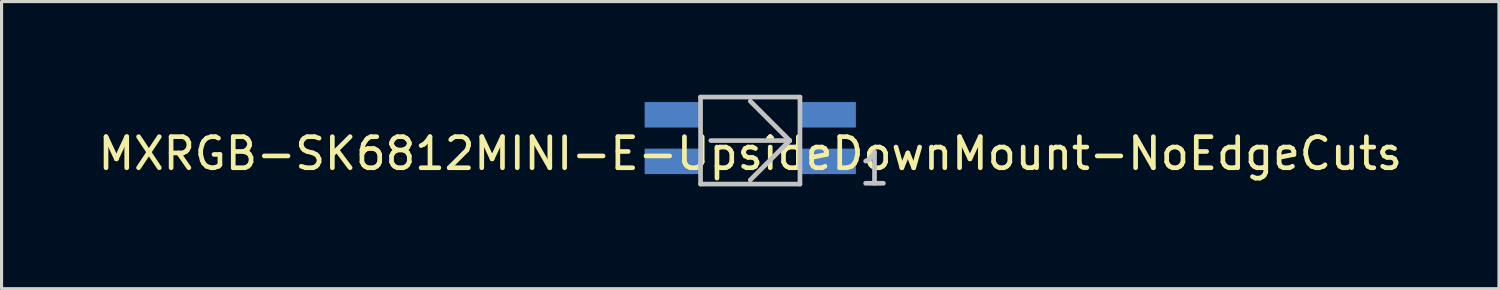
<source format=kicad_pcb>
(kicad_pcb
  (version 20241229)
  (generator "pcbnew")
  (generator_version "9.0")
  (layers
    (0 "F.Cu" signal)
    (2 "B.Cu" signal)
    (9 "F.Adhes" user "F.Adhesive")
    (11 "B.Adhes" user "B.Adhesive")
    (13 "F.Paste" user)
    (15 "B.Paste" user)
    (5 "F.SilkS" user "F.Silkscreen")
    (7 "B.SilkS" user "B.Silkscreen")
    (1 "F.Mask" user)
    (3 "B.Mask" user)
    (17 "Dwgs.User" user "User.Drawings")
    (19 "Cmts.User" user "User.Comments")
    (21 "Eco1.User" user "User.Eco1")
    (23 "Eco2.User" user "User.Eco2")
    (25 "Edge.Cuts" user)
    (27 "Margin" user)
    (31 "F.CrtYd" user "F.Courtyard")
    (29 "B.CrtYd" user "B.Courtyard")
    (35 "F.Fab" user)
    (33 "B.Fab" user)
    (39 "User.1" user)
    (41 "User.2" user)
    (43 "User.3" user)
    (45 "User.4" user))
  (footprint "MXRGB-SK6812MINI-E-UpsideDownMount-NoEdgeCuts"
    (layer "F.Cu")
    (at 21.101 1.395)
    (property "Reference" "MXRGB-SK6812MINI-E-UpsideDownMount-NoEdgeCuts" (at 0 0.5 0) (layer "F.SilkS") (effects (font (size 1 1) (thickness 0.15))))
    (attr through_hole)
    (fp_line (start -1.6 -1.32) (end -1.6 1.48) (stroke (width 0.15) (type solid)) (layer "Dwgs.User"))
    (fp_line (start -1.6 -1.32) (end 1.6 -1.32) (stroke (width 0.15) (type solid)) (layer "Dwgs.User"))
    (fp_line (start -1.27 0.08) (end 1.27 0.08) (stroke (width 0.15) (type solid)) (layer "Dwgs.User"))
    (fp_line (start 1.27 0.08) (end 0 -1.19) (stroke (width 0.15) (type solid)) (layer "Dwgs.User"))
    (fp_line (start 1.27 0.08) (end 0 1.35) (stroke (width 0.15) (type solid)) (layer "Dwgs.User"))
    (fp_line (start 1.6 -1.32) (end 1.6 1.48) (stroke (width 0.15) (type solid)) (layer "Dwgs.User"))
    (fp_line (start 1.6 1.48) (end -1.6 1.48) (stroke (width 0.15) (type solid)) (layer "Dwgs.User"))
    (fp_text user "1" (at 4 1 0) (layer "Dwgs.User") (effects (font (size 1 1) (thickness 0.15))))
    (pad "3" smd rect (at 2.5 0.75) (size 1.8 0.82) (layers "B.Cu" "B.Mask" "B.Paste"))
    (pad "4" smd rect (at 2.5 -0.75) (size 1.8 0.82) (layers "B.Cu" "B.Mask" "B.Paste"))
    (pad "5" smd rect (at -2.5 -0.75) (size 1.8 0.82) (layers "B.Cu" "B.Mask" "B.Paste"))
    (pad "6" smd rect (at -2.5 0.75) (size 1.8 0.82) (layers "B.Cu" "B.Mask" "B.Paste")))
  (gr_rect
    (start -3 -3)
    (end 45.202 6.243)
    (stroke (width 0.1) (type default))
    (fill no)
    (layer "Edge.Cuts")))
</source>
